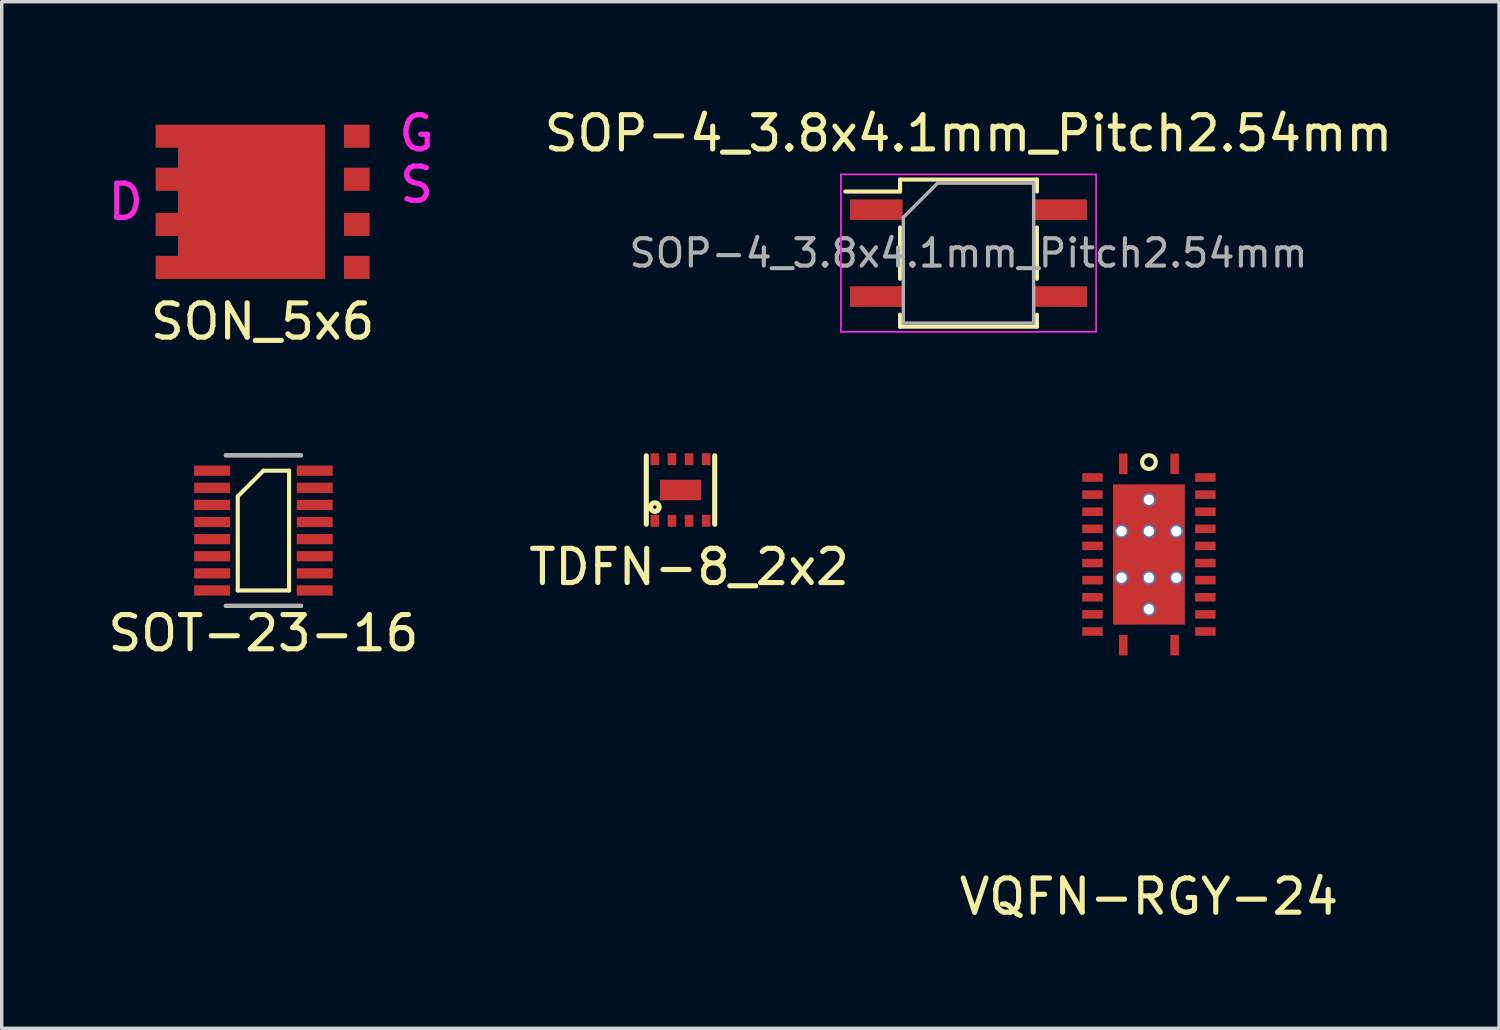
<source format=kicad_pcb>
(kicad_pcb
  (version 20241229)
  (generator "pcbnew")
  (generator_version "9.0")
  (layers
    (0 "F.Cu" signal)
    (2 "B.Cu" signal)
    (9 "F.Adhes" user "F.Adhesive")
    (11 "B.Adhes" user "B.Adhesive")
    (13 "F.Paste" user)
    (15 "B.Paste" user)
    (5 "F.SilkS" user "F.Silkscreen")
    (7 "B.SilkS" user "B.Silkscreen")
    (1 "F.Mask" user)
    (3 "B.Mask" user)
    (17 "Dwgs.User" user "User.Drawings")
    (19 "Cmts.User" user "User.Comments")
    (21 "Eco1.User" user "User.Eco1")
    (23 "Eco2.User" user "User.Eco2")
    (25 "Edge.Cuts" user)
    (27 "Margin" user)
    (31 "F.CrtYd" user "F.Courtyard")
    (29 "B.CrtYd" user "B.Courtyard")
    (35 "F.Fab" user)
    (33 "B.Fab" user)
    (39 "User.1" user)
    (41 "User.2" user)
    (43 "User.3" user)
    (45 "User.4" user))
  (footprint "SOT-23-16"
    (layer "F.Cu")
    (at 4.649 12.457)
    (property "Reference" "SOT-23-16" (at 0 3 0) (layer "F.SilkS") (effects (font (size 1 1) (thickness 0.15))))
    (attr through_hole)
    (fp_line (start -1.1 -2.2) (end 1.1 -2.2) (stroke (width 0.12) (type solid)) (layer "F.SilkS"))
    (fp_line (start -1.1 2.2) (end 1.1 2.2) (stroke (width 0.12) (type solid)) (layer "F.SilkS"))
    (fp_line (start -0.75 -1) (end 0 -1.75) (stroke (width 0.12) (type solid)) (layer "F.SilkS"))
    (fp_line (start -0.75 1.75) (end -0.75 -1) (stroke (width 0.12) (type solid)) (layer "F.SilkS"))
    (fp_line (start 0 -1.75) (end 0.75 -1.75) (stroke (width 0.12) (type solid)) (layer "F.SilkS"))
    (fp_line (start 0.75 -1.75) (end 0.75 1.75) (stroke (width 0.12) (type solid)) (layer "F.SilkS"))
    (fp_line (start 0.75 1.75) (end -0.75 1.75) (stroke (width 0.12) (type solid)) (layer "F.SilkS"))
    (fp_line (start -1.1 -2.2) (end 1.1 -2.2) (stroke (width 0.12) (type solid)) (layer "F.Fab"))
    (fp_line (start 1.1 2.2) (end -1.1 2.2) (stroke (width 0.12) (type solid)) (layer "F.Fab"))
    (pad "1" smd rect (at -1.5 -1.75) (size 1.05 0.3) (layers "F.Cu" "F.Mask" "F.Paste"))
    (pad "2" smd rect (at -1.5 -1.25) (size 1.05 0.3) (layers "F.Cu" "F.Mask" "F.Paste"))
    (pad "3" smd rect (at -1.5 -0.75) (size 1.05 0.3) (layers "F.Cu" "F.Mask" "F.Paste"))
    (pad "4" smd rect (at -1.5 -0.25) (size 1.05 0.3) (layers "F.Cu" "F.Mask" "F.Paste"))
    (pad "5" smd rect (at -1.5 0.25) (size 1.05 0.3) (layers "F.Cu" "F.Mask" "F.Paste"))
    (pad "6" smd rect (at -1.5 0.75) (size 1.05 0.3) (layers "F.Cu" "F.Mask" "F.Paste"))
    (pad "7" smd rect (at -1.5 1.25) (size 1.05 0.3) (layers "F.Cu" "F.Mask" "F.Paste"))
    (pad "8" smd rect (at -1.5 1.75) (size 1.05 0.3) (layers "F.Cu" "F.Mask" "F.Paste"))
    (pad "9" smd rect (at 1.5 1.75) (size 1.05 0.3) (layers "F.Cu" "F.Mask" "F.Paste"))
    (pad "10" smd rect (at 1.5 1.25) (size 1.05 0.3) (layers "F.Cu" "F.Mask" "F.Paste"))
    (pad "11" smd rect (at 1.5 0.75) (size 1.05 0.3) (layers "F.Cu" "F.Mask" "F.Paste"))
    (pad "12" smd rect (at 1.5 0.25) (size 1.05 0.3) (layers "F.Cu" "F.Mask" "F.Paste"))
    (pad "13" smd rect (at 1.5 -0.25) (size 1.05 0.3) (layers "F.Cu" "F.Mask" "F.Paste"))
    (pad "14" smd rect (at 1.5 -0.75) (size 1.05 0.3) (layers "F.Cu" "F.Mask" "F.Paste"))
    (pad "15" smd rect (at 1.5 -1.25) (size 1.05 0.3) (layers "F.Cu" "F.Mask" "F.Paste"))
    (pad "16" smd rect (at 1.5 -1.75) (size 1.05 0.3) (layers "F.Cu" "F.Mask" "F.Paste")))
  (footprint "VQFN-RGY-24"
    (layer "F.Cu")
    (at 30.53 13.156)
    (property "Reference" "VQFN-RGY-24" (at 0 10 0) (layer "F.SilkS") (effects (font (size 1 1) (thickness 0.15))))
    (attr smd)
    (fp_circle (center 0 -2.7) (end 0.2 -2.7) (stroke (width 0.12) (type solid)) (fill no) (layer "F.SilkS"))
    (pad "1" smd rect (at -0.75 -2.65) (size 0.25 0.6) (layers "F.Cu" "F.Mask" "F.Paste"))
    (pad "2" smd rect (at -1.65 -2.25) (size 0.6 0.25) (layers "F.Cu" "F.Mask" "F.Paste"))
    (pad "3" smd rect (at -1.65 -1.75) (size 0.6 0.25) (layers "F.Cu" "F.Mask" "F.Paste"))
    (pad "4" smd rect (at -1.65 -1.25) (size 0.6 0.25) (layers "F.Cu" "F.Mask" "F.Paste"))
    (pad "5" smd rect (at -1.65 -0.75) (size 0.6 0.25) (layers "F.Cu" "F.Mask" "F.Paste"))
    (pad "6" smd rect (at -1.65 -0.25) (size 0.6 0.25) (layers "F.Cu" "F.Mask" "F.Paste"))
    (pad "7" smd rect (at -1.65 0.25) (size 0.6 0.25) (layers "F.Cu" "F.Mask" "F.Paste"))
    (pad "8" smd rect (at -1.65 0.75) (size 0.6 0.25) (layers "F.Cu" "F.Mask" "F.Paste"))
    (pad "9" smd rect (at -1.65 1.25) (size 0.6 0.25) (layers "F.Cu" "F.Mask" "F.Paste"))
    (pad "10" smd rect (at -1.65 1.75) (size 0.6 0.25) (layers "F.Cu" "F.Mask" "F.Paste"))
    (pad "11" smd rect (at -1.65 2.25) (size 0.6 0.25) (layers "F.Cu" "F.Mask" "F.Paste"))
    (pad "12" smd rect (at -0.75 2.65) (size 0.25 0.6) (layers "F.Cu" "F.Mask" "F.Paste"))
    (pad "13" smd rect (at 0.75 2.65) (size 0.25 0.6) (layers "F.Cu" "F.Mask" "F.Paste"))
    (pad "14" smd rect (at 1.65 2.25) (size 0.6 0.25) (layers "F.Cu" "F.Mask" "F.Paste"))
    (pad "15" smd rect (at 1.65 1.75) (size 0.6 0.25) (layers "F.Cu" "F.Mask" "F.Paste"))
    (pad "16" smd rect (at 1.65 1.25) (size 0.6 0.25) (layers "F.Cu" "F.Mask" "F.Paste"))
    (pad "17" smd rect (at 1.65 0.75) (size 0.6 0.25) (layers "F.Cu" "F.Mask" "F.Paste"))
    (pad "18" smd rect (at 1.65 0.25) (size 0.6 0.25) (layers "F.Cu" "F.Mask" "F.Paste"))
    (pad "19" smd rect (at 1.65 -0.25) (size 0.6 0.25) (layers "F.Cu" "F.Mask" "F.Paste"))
    (pad "20" smd rect (at 1.65 -0.75) (size 0.6 0.25) (layers "F.Cu" "F.Mask" "F.Paste"))
    (pad "21" smd rect (at 1.65 -1.25) (size 0.6 0.25) (layers "F.Cu" "F.Mask" "F.Paste"))
    (pad "22" smd rect (at 1.65 -1.75) (size 0.6 0.25) (layers "F.Cu" "F.Mask" "F.Paste"))
    (pad "23" smd rect (at 1.65 -2.25) (size 0.6 0.25) (layers "F.Cu" "F.Mask" "F.Paste"))
    (pad "24" smd rect (at 0.75 -2.65) (size 0.25 0.6) (layers "F.Cu" "F.Mask" "F.Paste"))
    (pad "25" thru_hole circle (at -0.8 -0.68) (size 0.4 0.4) (drill 0.3) (layers "*.Cu" "*.Mask"))
    (pad "25" thru_hole circle (at -0.8 0.68) (size 0.4 0.4) (drill 0.3) (layers "*.Cu" "*.Mask"))
    (pad "25" thru_hole circle (at 0 -1.6) (size 0.4 0.4) (drill 0.3) (layers "*.Cu" "*.Mask"))
    (pad "25" thru_hole circle (at 0 -0.68) (size 0.4 0.4) (drill 0.3) (layers "*.Cu" "*.Mask"))
    (pad "25" smd rect (at 0 0) (size 2.1 4.1) (layers "F.Cu" "F.Mask" "F.Paste"))
    (pad "25" thru_hole circle (at 0 0.68) (size 0.4 0.4) (drill 0.3) (layers "*.Cu" "*.Mask"))
    (pad "25" thru_hole circle (at 0 1.6) (size 0.4 0.4) (drill 0.3) (layers "*.Cu" "*.Mask"))
    (pad "25" thru_hole circle (at 0.8 -0.68) (size 0.4 0.4) (drill 0.3) (layers "*.Cu" "*.Mask"))
    (pad "25" thru_hole circle (at 0.8 0.68) (size 0.4 0.4) (drill 0.3) (layers "*.Cu" "*.Mask")))
  (footprint "TDFN-8_2x2"
    (layer "F.Cu")
    (at 16.839 11.271)
    (property "Reference" "TDFN-8_2x2" (at 0.25 2.25 0) (layer "F.SilkS") (effects (font (size 1 1) (thickness 0.15))))
    (attr smd)
    (fp_line (start -1 -1) (end -1 1) (stroke (width 0.15) (type solid)) (layer "F.SilkS"))
    (fp_line (start 1 -1) (end 1 1) (stroke (width 0.15) (type solid)) (layer "F.SilkS"))
    (fp_circle (center -0.75 0.5) (end -0.8 0.5) (stroke (width 0.15) (type solid)) (fill no) (layer "F.SilkS"))
    (pad "1" smd rect (at -0.75 0.9) (size 0.25 0.35) (layers "F.Cu" "F.Mask" "F.Paste"))
    (pad "2" smd rect (at -0.25 0.9) (size 0.25 0.35) (layers "F.Cu" "F.Mask" "F.Paste"))
    (pad "3" smd rect (at 0.25 0.9) (size 0.25 0.35) (layers "F.Cu" "F.Mask" "F.Paste"))
    (pad "4" smd rect (at 0.75 0.9) (size 0.25 0.35) (layers "F.Cu" "F.Mask" "F.Paste"))
    (pad "5" smd rect (at 0.75 -0.9) (size 0.25 0.35) (layers "F.Cu" "F.Mask" "F.Paste"))
    (pad "6" smd rect (at 0.25 -0.9) (size 0.25 0.35) (layers "F.Cu" "F.Mask" "F.Paste"))
    (pad "7" smd rect (at -0.25 -0.9) (size 0.25 0.35) (layers "F.Cu" "F.Mask" "F.Paste"))
    (pad "8" smd rect (at -0.75 -0.9) (size 0.25 0.35) (layers "F.Cu" "F.Mask" "F.Paste"))
    (pad "9" smd rect (at 0 0) (size 1.2 0.6) (layers "F.Cu" "F.Mask" "F.Paste")))
  (footprint "SOP-4_3.8x4.1mm_Pitch2.54mm"
    (layer "F.Cu")
    (at 25.256 4.348)
    (property "Reference" "SOP-4_3.8x4.1mm_Pitch2.54mm" (at 0 -3.5 0) (layer "F.SilkS") (effects (font (size 1 1) (thickness 0.15))))
    (attr smd)
    (fp_line (start -2 -2.15) (end 2 -2.15) (stroke (width 0.12) (type solid)) (layer "F.SilkS"))
    (fp_line (start -2 -1.8) (end -3.6 -1.8) (stroke (width 0.12) (type solid)) (layer "F.SilkS"))
    (fp_line (start -2 -1.8) (end -2 -2.15) (stroke (width 0.12) (type solid)) (layer "F.SilkS"))
    (fp_line (start -2 0.75) (end -2 -0.75) (stroke (width 0.12) (type solid)) (layer "F.SilkS"))
    (fp_line (start -2 1.8) (end -2 2.15) (stroke (width 0.12) (type solid)) (layer "F.SilkS"))
    (fp_line (start -2 2.15) (end 2 2.15) (stroke (width 0.12) (type solid)) (layer "F.SilkS"))
    (fp_line (start 2 -2.15) (end 2 -1.8) (stroke (width 0.12) (type solid)) (layer "F.SilkS"))
    (fp_line (start 2 0.75) (end 2 -0.75) (stroke (width 0.12) (type solid)) (layer "F.SilkS"))
    (fp_line (start 2 2.15) (end 2 1.8) (stroke (width 0.12) (type solid)) (layer "F.SilkS"))
    (fp_line (start -3.73 -2.3) (end 3.73 -2.3) (stroke (width 0.05) (type solid)) (layer "F.CrtYd"))
    (fp_line (start -3.73 2.3) (end -3.73 -2.3) (stroke (width 0.05) (type solid)) (layer "F.CrtYd"))
    (fp_line (start 3.73 -2.3) (end 3.73 2.3) (stroke (width 0.05) (type solid)) (layer "F.CrtYd"))
    (fp_line (start 3.73 2.3) (end -3.73 2.3) (stroke (width 0.05) (type solid)) (layer "F.CrtYd"))
    (fp_line (start -1.905 -1.044) (end -0.905 -2.045) (stroke (width 0.1) (type solid)) (layer "F.Fab"))
    (fp_line (start -1.905 2.045) (end -1.905 -1.044) (stroke (width 0.1) (type solid)) (layer "F.Fab"))
    (fp_line (start -1.905 2.045) (end 1.905 2.045) (stroke (width 0.1) (type solid)) (layer "F.Fab"))
    (fp_line (start -0.905 -2.045) (end 1.905 -2.045) (stroke (width 0.1) (type solid)) (layer "F.Fab"))
    (fp_line (start 1.905 2.045) (end 1.905 -2.045) (stroke (width 0.1) (type solid)) (layer "F.Fab"))
    (fp_text user "${REFERENCE}" (at 0 0 0) (layer "F.Fab") (effects (font (size 0.8 0.8) (thickness 0.12))))
    (pad "1" smd rect (at -2.695 -1.27) (size 1.54 0.6) (layers "F.Cu" "F.Mask" "F.Paste"))
    (pad "2" smd rect (at -2.695 1.27) (size 1.54 0.6) (layers "F.Cu" "F.Mask" "F.Paste"))
    (pad "3" smd rect (at 2.695 1.27) (size 1.54 0.6) (layers "F.Cu" "F.Mask" "F.Paste"))
    (pad "4" smd rect (at 2.695 -1.27) (size 1.54 0.6) (layers "F.Cu" "F.Mask" "F.Paste")))
  (footprint "SON_5x6"
    (layer "F.Cu")
    (at 4.625 2.848)
    (property "Reference" "SON_5x6" (at 0 3.5 0) (layer "F.SilkS") (effects (font (size 1 1) (thickness 0.15))))
    (attr smd)
    (fp_text user "G" (at 4.5 -2 0) (layer "F.CrtYd") (effects (font (size 1 1) (thickness 0.15))))
    (fp_text user "S" (at 4.5 -0.5 0) (layer "F.CrtYd") (effects (font (size 1 1) (thickness 0.15))))
    (fp_text user "D" (at -4 0 0) (layer "F.CrtYd") (effects (font (size 1 1) (thickness 0.15))))
    (pad "1" smd rect (at 2.752 -1.917) (size 0.75 0.675) (layers "F.Cu" "F.Mask" "F.Paste"))
    (pad "2" smd rect (at 2.752 -0.66) (size 0.75 0.675) (layers "F.Cu" "F.Mask" "F.Paste"))
    (pad "2" smd rect (at 2.752 0.66) (size 0.75 0.675) (layers "F.Cu" "F.Mask" "F.Paste"))
    (pad "2" smd rect (at 2.752 1.917) (size 0.75 0.675) (layers "F.Cu" "F.Mask" "F.Paste"))
    (pad "3" smd rect (at -2.8 -1.917) (size 0.655 0.675) (layers "F.Cu" "F.Mask" "F.Paste"))
    (pad "3" smd rect (at -2.8 -0.66) (size 0.655 0.675) (layers "F.Cu" "F.Mask" "F.Paste"))
    (pad "3" smd rect (at -2.8 0.66) (size 0.655 0.675) (layers "F.Cu" "F.Mask" "F.Paste"))
    (pad "3" smd rect (at -2.8 1.917) (size 0.655 0.675) (layers "F.Cu" "F.Mask" "F.Paste"))
    (pad "3" smd rect (at -0.325 0) (size 4.295 4.51) (layers "F.Cu" "F.Mask" "F.Paste")))
  (gr_rect
    (start -3 -3)
    (end 40.762 27.005)
    (stroke (width 0.1) (type default))
    (fill no)
    (layer "Edge.Cuts")))
</source>
